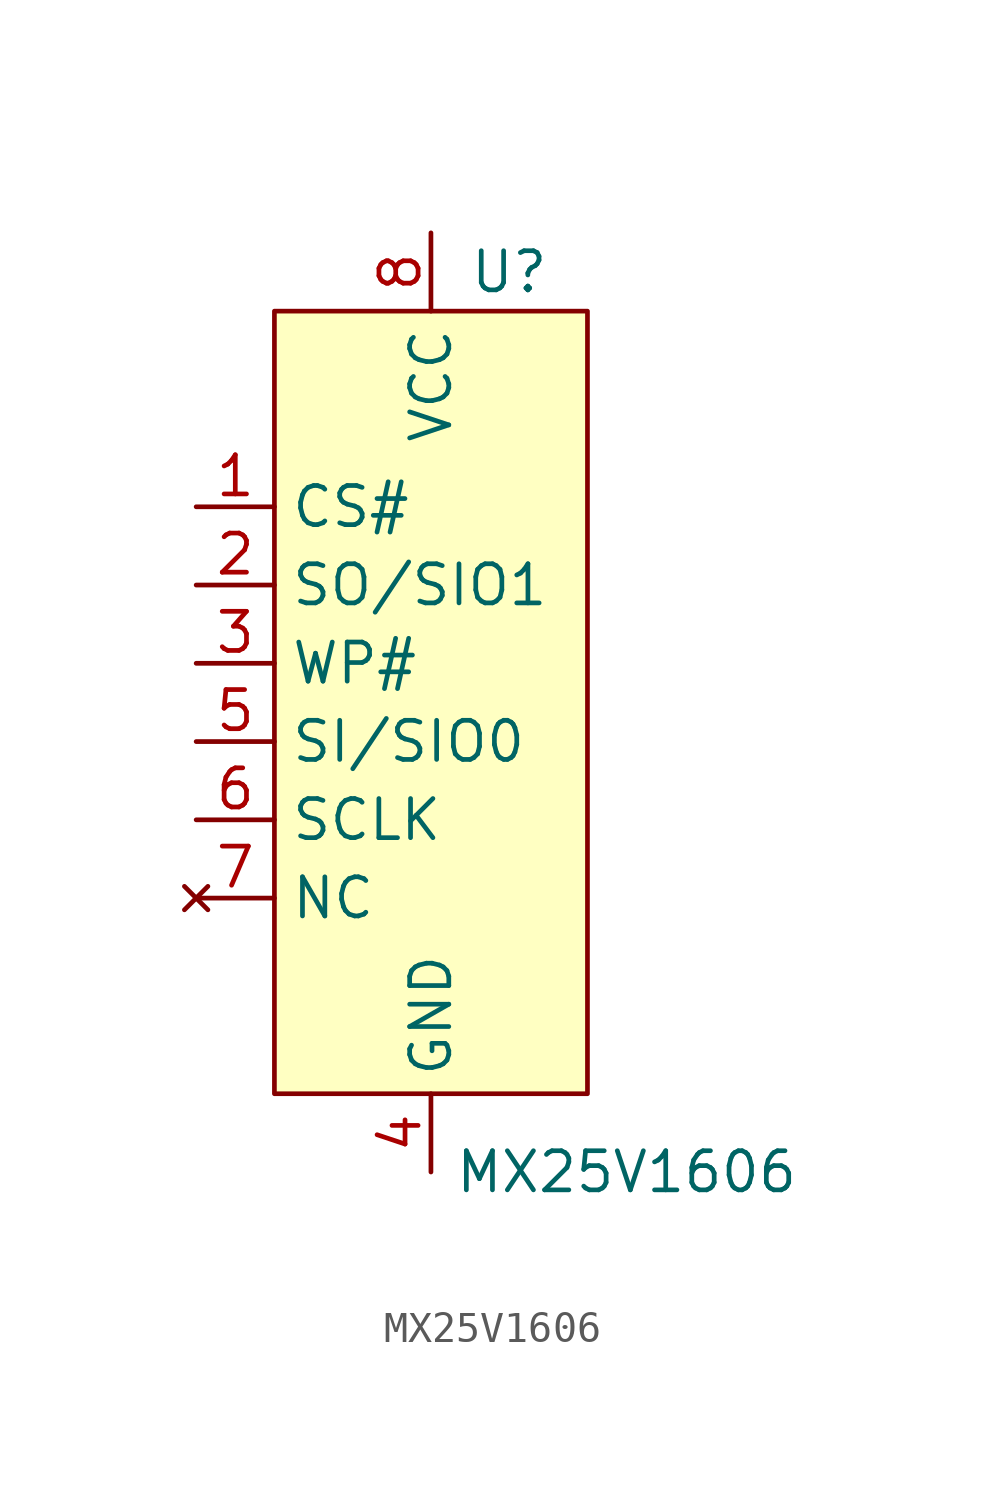
<source format=kicad_sym>
(kicad_symbol_lib
  (version 20201005)
  (generator kicad_symbol_editor)
  (symbol "MX25V1606:MX25V1606"
    (property "Reference" "U"
      (at 2.54 13.97 0)
      (effects (font (size 1.27 1.27))))
    (property "Value" "MX25V1606"
      (at 6.35 -15.24 0)
      (effects (font (size 1.27 1.27))))
    (symbol "MX25V1606_0_0"
      (rectangle (start -5.08 12.7) (end 5.08 -12.7) (stroke (width 0.152)) (fill (type background))))
    (symbol "MX25V1606_1_1"
      (pin input line (at -7.62 6.35 0) (length 2.54) (name "CS#" (effects (font (size 1.27 1.27)))) (number "1" (effects (font (size 1.27 1.27)))))
      (pin output line (at -7.62 3.81 0) (length 2.54) (name "SO/SIO1" (effects (font (size 1.27 1.27)))) (number "2" (effects (font (size 1.27 1.27)))))
      (pin input line (at -7.62 1.27 0) (length 2.54) (name "WP#" (effects (font (size 1.27 1.27)))) (number "3" (effects (font (size 1.27 1.27)))))
      (pin power_in line (at 0 -15.24 90) (length 2.54) (name "GND" (effects (font (size 1.27 1.27)))) (number "4" (effects (font (size 1.27 1.27)))))
      (pin input line (at -7.62 -1.27 0) (length 2.54) (name "SI/SIO0" (effects (font (size 1.27 1.27)))) (number "5" (effects (font (size 1.27 1.27)))))
      (pin input line (at -7.62 -3.81 0) (length 2.54) (name "SCLK" (effects (font (size 1.27 1.27)))) (number "6" (effects (font (size 1.27 1.27)))))
      (pin no_connect line (at -7.62 -6.35 0) (length 2.54) (name "NC" (effects (font (size 1.27 1.27)))) (number "7" (effects (font (size 1.27 1.27)))))
      (pin power_in line (at 0 15.24 270) (length 2.54) (name "VCC" (effects (font (size 1.27 1.27)))) (number "8" (effects (font (size 1.27 1.27))))))))
</source>
